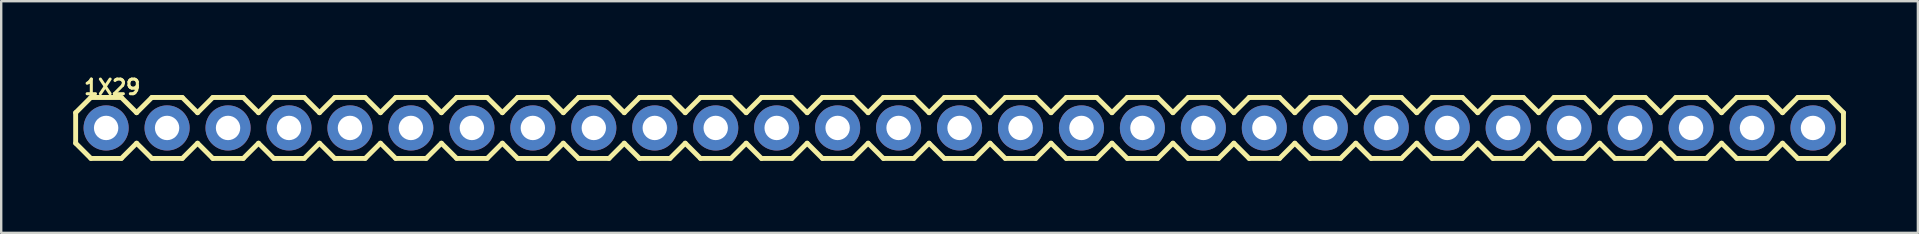
<source format=kicad_pcb>
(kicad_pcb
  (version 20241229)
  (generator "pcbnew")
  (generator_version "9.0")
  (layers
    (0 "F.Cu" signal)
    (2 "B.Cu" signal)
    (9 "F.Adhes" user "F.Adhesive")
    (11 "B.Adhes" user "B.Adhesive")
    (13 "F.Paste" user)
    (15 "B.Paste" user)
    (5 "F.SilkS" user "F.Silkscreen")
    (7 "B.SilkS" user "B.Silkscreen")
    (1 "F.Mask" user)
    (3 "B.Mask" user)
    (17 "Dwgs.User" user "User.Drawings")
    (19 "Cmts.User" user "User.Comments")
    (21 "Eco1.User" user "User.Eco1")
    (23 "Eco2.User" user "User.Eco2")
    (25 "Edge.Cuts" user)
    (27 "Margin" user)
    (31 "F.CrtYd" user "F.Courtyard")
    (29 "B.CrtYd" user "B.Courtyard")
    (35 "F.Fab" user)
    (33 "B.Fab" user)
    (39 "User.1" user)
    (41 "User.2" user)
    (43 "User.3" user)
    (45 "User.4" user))
  (footprint "1X29"
    (layer "F.Cu")
    (at 1.372 2.281)
    (property "Reference" "1X29" (at 0.254 -1.702 0) (layer "F.SilkS") (effects (font (size 0.61 0.61) (thickness 0.127))))
    (attr exclude_from_pos_files exclude_from_bom)
    (fp_line (start -1.27 -0.635) (end -1.27 0.635) (stroke (width 0.203) (type solid)) (layer "F.SilkS"))
    (fp_line (start -1.27 0.635) (end -0.635 1.27) (stroke (width 0.203) (type solid)) (layer "F.SilkS"))
    (fp_line (start -0.635 -1.27) (end -1.27 -0.635) (stroke (width 0.203) (type solid)) (layer "F.SilkS"))
    (fp_line (start -0.635 -1.27) (end 0.635 -1.27) (stroke (width 0.203) (type solid)) (layer "F.SilkS"))
    (fp_line (start 0.635 -1.27) (end 1.27 -0.635) (stroke (width 0.203) (type solid)) (layer "F.SilkS"))
    (fp_line (start 0.635 1.27) (end -0.635 1.27) (stroke (width 0.203) (type solid)) (layer "F.SilkS"))
    (fp_line (start 1.27 -0.635) (end 1.905 -1.27) (stroke (width 0.203) (type solid)) (layer "F.SilkS"))
    (fp_line (start 1.27 0.635) (end 0.635 1.27) (stroke (width 0.203) (type solid)) (layer "F.SilkS"))
    (fp_line (start 1.905 -1.27) (end 3.175 -1.27) (stroke (width 0.203) (type solid)) (layer "F.SilkS"))
    (fp_line (start 1.905 1.27) (end 1.27 0.635) (stroke (width 0.203) (type solid)) (layer "F.SilkS"))
    (fp_line (start 3.175 -1.27) (end 3.81 -0.635) (stroke (width 0.203) (type solid)) (layer "F.SilkS"))
    (fp_line (start 3.175 1.27) (end 1.905 1.27) (stroke (width 0.203) (type solid)) (layer "F.SilkS"))
    (fp_line (start 3.81 -0.635) (end 4.445 -1.27) (stroke (width 0.203) (type solid)) (layer "F.SilkS"))
    (fp_line (start 3.81 0.635) (end 3.175 1.27) (stroke (width 0.203) (type solid)) (layer "F.SilkS"))
    (fp_line (start 4.445 -1.27) (end 5.715 -1.27) (stroke (width 0.203) (type solid)) (layer "F.SilkS"))
    (fp_line (start 4.445 1.27) (end 3.81 0.635) (stroke (width 0.203) (type solid)) (layer "F.SilkS"))
    (fp_line (start 5.715 -1.27) (end 6.35 -0.635) (stroke (width 0.203) (type solid)) (layer "F.SilkS"))
    (fp_line (start 5.715 1.27) (end 4.445 1.27) (stroke (width 0.203) (type solid)) (layer "F.SilkS"))
    (fp_line (start 6.35 0.635) (end 5.715 1.27) (stroke (width 0.203) (type solid)) (layer "F.SilkS"))
    (fp_line (start 6.35 0.635) (end 6.985 1.27) (stroke (width 0.203) (type solid)) (layer "F.SilkS"))
    (fp_line (start 6.985 -1.27) (end 6.35 -0.635) (stroke (width 0.203) (type solid)) (layer "F.SilkS"))
    (fp_line (start 6.985 -1.27) (end 8.255 -1.27) (stroke (width 0.203) (type solid)) (layer "F.SilkS"))
    (fp_line (start 8.255 -1.27) (end 8.89 -0.635) (stroke (width 0.203) (type solid)) (layer "F.SilkS"))
    (fp_line (start 8.255 1.27) (end 6.985 1.27) (stroke (width 0.203) (type solid)) (layer "F.SilkS"))
    (fp_line (start 8.89 -0.635) (end 9.525 -1.27) (stroke (width 0.203) (type solid)) (layer "F.SilkS"))
    (fp_line (start 8.89 0.635) (end 8.255 1.27) (stroke (width 0.203) (type solid)) (layer "F.SilkS"))
    (fp_line (start 9.525 -1.27) (end 10.795 -1.27) (stroke (width 0.203) (type solid)) (layer "F.SilkS"))
    (fp_line (start 9.525 1.27) (end 8.89 0.635) (stroke (width 0.203) (type solid)) (layer "F.SilkS"))
    (fp_line (start 10.795 -1.27) (end 11.43 -0.635) (stroke (width 0.203) (type solid)) (layer "F.SilkS"))
    (fp_line (start 10.795 1.27) (end 9.525 1.27) (stroke (width 0.203) (type solid)) (layer "F.SilkS"))
    (fp_line (start 11.43 -0.635) (end 12.065 -1.27) (stroke (width 0.203) (type solid)) (layer "F.SilkS"))
    (fp_line (start 11.43 0.635) (end 10.795 1.27) (stroke (width 0.203) (type solid)) (layer "F.SilkS"))
    (fp_line (start 12.065 -1.27) (end 13.335 -1.27) (stroke (width 0.203) (type solid)) (layer "F.SilkS"))
    (fp_line (start 12.065 1.27) (end 11.43 0.635) (stroke (width 0.203) (type solid)) (layer "F.SilkS"))
    (fp_line (start 13.335 -1.27) (end 13.97 -0.635) (stroke (width 0.203) (type solid)) (layer "F.SilkS"))
    (fp_line (start 13.335 1.27) (end 12.065 1.27) (stroke (width 0.203) (type solid)) (layer "F.SilkS"))
    (fp_line (start 13.97 0.635) (end 13.335 1.27) (stroke (width 0.203) (type solid)) (layer "F.SilkS"))
    (fp_line (start 13.97 0.635) (end 14.605 1.27) (stroke (width 0.203) (type solid)) (layer "F.SilkS"))
    (fp_line (start 14.605 -1.27) (end 13.97 -0.635) (stroke (width 0.203) (type solid)) (layer "F.SilkS"))
    (fp_line (start 14.605 -1.27) (end 15.875 -1.27) (stroke (width 0.203) (type solid)) (layer "F.SilkS"))
    (fp_line (start 15.875 -1.27) (end 16.51 -0.635) (stroke (width 0.203) (type solid)) (layer "F.SilkS"))
    (fp_line (start 15.875 1.27) (end 14.605 1.27) (stroke (width 0.203) (type solid)) (layer "F.SilkS"))
    (fp_line (start 16.51 0.635) (end 15.875 1.27) (stroke (width 0.203) (type solid)) (layer "F.SilkS"))
    (fp_line (start 16.51 0.635) (end 17.145 1.27) (stroke (width 0.203) (type solid)) (layer "F.SilkS"))
    (fp_line (start 17.145 -1.27) (end 16.51 -0.635) (stroke (width 0.203) (type solid)) (layer "F.SilkS"))
    (fp_line (start 17.145 -1.27) (end 18.415 -1.27) (stroke (width 0.203) (type solid)) (layer "F.SilkS"))
    (fp_line (start 18.415 -1.27) (end 19.05 -0.635) (stroke (width 0.203) (type solid)) (layer "F.SilkS"))
    (fp_line (start 18.415 1.27) (end 17.145 1.27) (stroke (width 0.203) (type solid)) (layer "F.SilkS"))
    (fp_line (start 19.05 -0.635) (end 19.685 -1.27) (stroke (width 0.203) (type solid)) (layer "F.SilkS"))
    (fp_line (start 19.05 0.635) (end 18.415 1.27) (stroke (width 0.203) (type solid)) (layer "F.SilkS"))
    (fp_line (start 19.685 -1.27) (end 20.955 -1.27) (stroke (width 0.203) (type solid)) (layer "F.SilkS"))
    (fp_line (start 19.685 1.27) (end 19.05 0.635) (stroke (width 0.203) (type solid)) (layer "F.SilkS"))
    (fp_line (start 20.955 -1.27) (end 21.59 -0.635) (stroke (width 0.203) (type solid)) (layer "F.SilkS"))
    (fp_line (start 20.955 1.27) (end 19.685 1.27) (stroke (width 0.203) (type solid)) (layer "F.SilkS"))
    (fp_line (start 21.59 -0.635) (end 22.225 -1.27) (stroke (width 0.203) (type solid)) (layer "F.SilkS"))
    (fp_line (start 21.59 0.635) (end 20.955 1.27) (stroke (width 0.203) (type solid)) (layer "F.SilkS"))
    (fp_line (start 22.225 -1.27) (end 23.495 -1.27) (stroke (width 0.203) (type solid)) (layer "F.SilkS"))
    (fp_line (start 22.225 1.27) (end 21.59 0.635) (stroke (width 0.203) (type solid)) (layer "F.SilkS"))
    (fp_line (start 23.495 -1.27) (end 24.13 -0.635) (stroke (width 0.203) (type solid)) (layer "F.SilkS"))
    (fp_line (start 23.495 1.27) (end 22.225 1.27) (stroke (width 0.203) (type solid)) (layer "F.SilkS"))
    (fp_line (start 24.13 0.635) (end 23.495 1.27) (stroke (width 0.203) (type solid)) (layer "F.SilkS"))
    (fp_line (start 24.13 0.635) (end 24.765 1.27) (stroke (width 0.203) (type solid)) (layer "F.SilkS"))
    (fp_line (start 24.765 -1.27) (end 24.13 -0.635) (stroke (width 0.203) (type solid)) (layer "F.SilkS"))
    (fp_line (start 24.765 -1.27) (end 26.035 -1.27) (stroke (width 0.203) (type solid)) (layer "F.SilkS"))
    (fp_line (start 26.035 -1.27) (end 26.67 -0.635) (stroke (width 0.203) (type solid)) (layer "F.SilkS"))
    (fp_line (start 26.035 1.27) (end 24.765 1.27) (stroke (width 0.203) (type solid)) (layer "F.SilkS"))
    (fp_line (start 26.67 -0.635) (end 27.305 -1.27) (stroke (width 0.203) (type solid)) (layer "F.SilkS"))
    (fp_line (start 26.67 0.635) (end 26.035 1.27) (stroke (width 0.203) (type solid)) (layer "F.SilkS"))
    (fp_line (start 27.305 -1.27) (end 28.575 -1.27) (stroke (width 0.203) (type solid)) (layer "F.SilkS"))
    (fp_line (start 27.305 1.27) (end 26.67 0.635) (stroke (width 0.203) (type solid)) (layer "F.SilkS"))
    (fp_line (start 28.575 -1.27) (end 29.21 -0.635) (stroke (width 0.203) (type solid)) (layer "F.SilkS"))
    (fp_line (start 28.575 1.27) (end 27.305 1.27) (stroke (width 0.203) (type solid)) (layer "F.SilkS"))
    (fp_line (start 29.21 -0.635) (end 29.845 -1.27) (stroke (width 0.203) (type solid)) (layer "F.SilkS"))
    (fp_line (start 29.21 0.635) (end 28.575 1.27) (stroke (width 0.203) (type solid)) (layer "F.SilkS"))
    (fp_line (start 29.845 -1.27) (end 31.115 -1.27) (stroke (width 0.203) (type solid)) (layer "F.SilkS"))
    (fp_line (start 29.845 1.27) (end 29.21 0.635) (stroke (width 0.203) (type solid)) (layer "F.SilkS"))
    (fp_line (start 31.115 -1.27) (end 31.75 -0.635) (stroke (width 0.203) (type solid)) (layer "F.SilkS"))
    (fp_line (start 31.115 1.27) (end 29.845 1.27) (stroke (width 0.203) (type solid)) (layer "F.SilkS"))
    (fp_line (start 31.75 0.635) (end 31.115 1.27) (stroke (width 0.203) (type solid)) (layer "F.SilkS"))
    (fp_line (start 31.75 0.635) (end 32.385 1.27) (stroke (width 0.203) (type solid)) (layer "F.SilkS"))
    (fp_line (start 32.385 -1.27) (end 31.75 -0.635) (stroke (width 0.203) (type solid)) (layer "F.SilkS"))
    (fp_line (start 32.385 -1.27) (end 33.655 -1.27) (stroke (width 0.203) (type solid)) (layer "F.SilkS"))
    (fp_line (start 33.655 -1.27) (end 34.29 -0.635) (stroke (width 0.203) (type solid)) (layer "F.SilkS"))
    (fp_line (start 33.655 1.27) (end 32.385 1.27) (stroke (width 0.203) (type solid)) (layer "F.SilkS"))
    (fp_line (start 34.29 0.635) (end 33.655 1.27) (stroke (width 0.203) (type solid)) (layer "F.SilkS"))
    (fp_line (start 34.29 0.635) (end 34.925 1.27) (stroke (width 0.203) (type solid)) (layer "F.SilkS"))
    (fp_line (start 34.925 -1.27) (end 34.29 -0.635) (stroke (width 0.203) (type solid)) (layer "F.SilkS"))
    (fp_line (start 34.925 -1.27) (end 36.195 -1.27) (stroke (width 0.203) (type solid)) (layer "F.SilkS"))
    (fp_line (start 36.195 -1.27) (end 36.83 -0.635) (stroke (width 0.203) (type solid)) (layer "F.SilkS"))
    (fp_line (start 36.195 1.27) (end 34.925 1.27) (stroke (width 0.203) (type solid)) (layer "F.SilkS"))
    (fp_line (start 36.83 0.635) (end 36.195 1.27) (stroke (width 0.203) (type solid)) (layer "F.SilkS"))
    (fp_line (start 36.83 0.635) (end 37.465 1.27) (stroke (width 0.203) (type solid)) (layer "F.SilkS"))
    (fp_line (start 37.465 -1.27) (end 36.83 -0.635) (stroke (width 0.203) (type solid)) (layer "F.SilkS"))
    (fp_line (start 37.465 -1.27) (end 38.735 -1.27) (stroke (width 0.203) (type solid)) (layer "F.SilkS"))
    (fp_line (start 38.735 -1.27) (end 39.37 -0.635) (stroke (width 0.203) (type solid)) (layer "F.SilkS"))
    (fp_line (start 38.735 1.27) (end 37.465 1.27) (stroke (width 0.203) (type solid)) (layer "F.SilkS"))
    (fp_line (start 39.37 0.635) (end 38.735 1.27) (stroke (width 0.203) (type solid)) (layer "F.SilkS"))
    (fp_line (start 39.37 0.635) (end 40.005 1.27) (stroke (width 0.203) (type solid)) (layer "F.SilkS"))
    (fp_line (start 40.005 -1.27) (end 39.37 -0.635) (stroke (width 0.203) (type solid)) (layer "F.SilkS"))
    (fp_line (start 40.005 -1.27) (end 41.275 -1.27) (stroke (width 0.203) (type solid)) (layer "F.SilkS"))
    (fp_line (start 41.275 -1.27) (end 41.91 -0.635) (stroke (width 0.203) (type solid)) (layer "F.SilkS"))
    (fp_line (start 41.275 1.27) (end 40.005 1.27) (stroke (width 0.203) (type solid)) (layer "F.SilkS"))
    (fp_line (start 41.91 0.635) (end 41.275 1.27) (stroke (width 0.203) (type solid)) (layer "F.SilkS"))
    (fp_line (start 41.91 0.635) (end 42.545 1.27) (stroke (width 0.203) (type solid)) (layer "F.SilkS"))
    (fp_line (start 42.545 -1.27) (end 41.91 -0.635) (stroke (width 0.203) (type solid)) (layer "F.SilkS"))
    (fp_line (start 42.545 -1.27) (end 43.815 -1.27) (stroke (width 0.203) (type solid)) (layer "F.SilkS"))
    (fp_line (start 43.815 -1.27) (end 44.45 -0.635) (stroke (width 0.203) (type solid)) (layer "F.SilkS"))
    (fp_line (start 43.815 1.27) (end 42.545 1.27) (stroke (width 0.203) (type solid)) (layer "F.SilkS"))
    (fp_line (start 44.45 0.635) (end 43.815 1.27) (stroke (width 0.203) (type solid)) (layer "F.SilkS"))
    (fp_line (start 44.45 0.635) (end 45.085 1.27) (stroke (width 0.203) (type solid)) (layer "F.SilkS"))
    (fp_line (start 45.085 -1.27) (end 44.45 -0.635) (stroke (width 0.203) (type solid)) (layer "F.SilkS"))
    (fp_line (start 45.085 -1.27) (end 46.355 -1.27) (stroke (width 0.203) (type solid)) (layer "F.SilkS"))
    (fp_line (start 46.355 -1.27) (end 46.99 -0.635) (stroke (width 0.203) (type solid)) (layer "F.SilkS"))
    (fp_line (start 46.355 1.27) (end 45.085 1.27) (stroke (width 0.203) (type solid)) (layer "F.SilkS"))
    (fp_line (start 46.99 0.635) (end 46.355 1.27) (stroke (width 0.203) (type solid)) (layer "F.SilkS"))
    (fp_line (start 46.99 0.635) (end 47.625 1.27) (stroke (width 0.203) (type solid)) (layer "F.SilkS"))
    (fp_line (start 47.625 -1.27) (end 46.99 -0.635) (stroke (width 0.203) (type solid)) (layer "F.SilkS"))
    (fp_line (start 47.625 -1.27) (end 48.895 -1.27) (stroke (width 0.203) (type solid)) (layer "F.SilkS"))
    (fp_line (start 48.895 -1.27) (end 49.53 -0.635) (stroke (width 0.203) (type solid)) (layer "F.SilkS"))
    (fp_line (start 48.895 1.27) (end 47.625 1.27) (stroke (width 0.203) (type solid)) (layer "F.SilkS"))
    (fp_line (start 49.53 0.635) (end 48.895 1.27) (stroke (width 0.203) (type solid)) (layer "F.SilkS"))
    (fp_line (start 49.53 0.635) (end 50.165 1.27) (stroke (width 0.203) (type solid)) (layer "F.SilkS"))
    (fp_line (start 50.165 -1.27) (end 49.53 -0.635) (stroke (width 0.203) (type solid)) (layer "F.SilkS"))
    (fp_line (start 50.165 -1.27) (end 51.435 -1.27) (stroke (width 0.203) (type solid)) (layer "F.SilkS"))
    (fp_line (start 51.435 -1.27) (end 52.07 -0.635) (stroke (width 0.203) (type solid)) (layer "F.SilkS"))
    (fp_line (start 51.435 1.27) (end 50.165 1.27) (stroke (width 0.203) (type solid)) (layer "F.SilkS"))
    (fp_line (start 52.07 0.635) (end 51.435 1.27) (stroke (width 0.203) (type solid)) (layer "F.SilkS"))
    (fp_line (start 52.07 0.635) (end 52.705 1.27) (stroke (width 0.203) (type solid)) (layer "F.SilkS"))
    (fp_line (start 52.705 -1.27) (end 52.07 -0.635) (stroke (width 0.203) (type solid)) (layer "F.SilkS"))
    (fp_line (start 52.705 -1.27) (end 53.975 -1.27) (stroke (width 0.203) (type solid)) (layer "F.SilkS"))
    (fp_line (start 53.975 -1.27) (end 54.61 -0.635) (stroke (width 0.203) (type solid)) (layer "F.SilkS"))
    (fp_line (start 53.975 1.27) (end 52.705 1.27) (stroke (width 0.203) (type solid)) (layer "F.SilkS"))
    (fp_line (start 54.61 0.635) (end 53.975 1.27) (stroke (width 0.203) (type solid)) (layer "F.SilkS"))
    (fp_line (start 54.61 0.635) (end 55.245 1.27) (stroke (width 0.203) (type solid)) (layer "F.SilkS"))
    (fp_line (start 55.245 -1.27) (end 54.61 -0.635) (stroke (width 0.203) (type solid)) (layer "F.SilkS"))
    (fp_line (start 55.245 -1.27) (end 56.515 -1.27) (stroke (width 0.203) (type solid)) (layer "F.SilkS"))
    (fp_line (start 56.515 -1.27) (end 57.15 -0.635) (stroke (width 0.203) (type solid)) (layer "F.SilkS"))
    (fp_line (start 56.515 1.27) (end 55.245 1.27) (stroke (width 0.203) (type solid)) (layer "F.SilkS"))
    (fp_line (start 57.15 -0.635) (end 57.785 -1.27) (stroke (width 0.203) (type solid)) (layer "F.SilkS"))
    (fp_line (start 57.15 0.635) (end 56.515 1.27) (stroke (width 0.203) (type solid)) (layer "F.SilkS"))
    (fp_line (start 57.15 0.635) (end 57.785 1.27) (stroke (width 0.203) (type solid)) (layer "F.SilkS"))
    (fp_line (start 57.785 -1.27) (end 59.055 -1.27) (stroke (width 0.203) (type solid)) (layer "F.SilkS"))
    (fp_line (start 59.055 -1.27) (end 59.69 -0.635) (stroke (width 0.203) (type solid)) (layer "F.SilkS"))
    (fp_line (start 59.055 1.27) (end 57.785 1.27) (stroke (width 0.203) (type solid)) (layer "F.SilkS"))
    (fp_line (start 59.69 0.635) (end 59.055 1.27) (stroke (width 0.203) (type solid)) (layer "F.SilkS"))
    (fp_line (start 59.69 0.635) (end 60.325 1.27) (stroke (width 0.203) (type solid)) (layer "F.SilkS"))
    (fp_line (start 60.325 -1.27) (end 59.69 -0.635) (stroke (width 0.203) (type solid)) (layer "F.SilkS"))
    (fp_line (start 60.325 -1.27) (end 61.595 -1.27) (stroke (width 0.203) (type solid)) (layer "F.SilkS"))
    (fp_line (start 61.595 -1.27) (end 62.23 -0.635) (stroke (width 0.203) (type solid)) (layer "F.SilkS"))
    (fp_line (start 61.595 1.27) (end 60.325 1.27) (stroke (width 0.203) (type solid)) (layer "F.SilkS"))
    (fp_line (start 62.23 -0.635) (end 62.865 -1.27) (stroke (width 0.203) (type solid)) (layer "F.SilkS"))
    (fp_line (start 62.23 0.635) (end 61.595 1.27) (stroke (width 0.203) (type solid)) (layer "F.SilkS"))
    (fp_line (start 62.23 0.635) (end 62.865 1.27) (stroke (width 0.203) (type solid)) (layer "F.SilkS"))
    (fp_line (start 62.865 -1.27) (end 64.135 -1.27) (stroke (width 0.203) (type solid)) (layer "F.SilkS"))
    (fp_line (start 64.135 -1.27) (end 64.77 -0.635) (stroke (width 0.203) (type solid)) (layer "F.SilkS"))
    (fp_line (start 64.135 1.27) (end 62.865 1.27) (stroke (width 0.203) (type solid)) (layer "F.SilkS"))
    (fp_line (start 64.77 0.635) (end 64.135 1.27) (stroke (width 0.203) (type solid)) (layer "F.SilkS"))
    (fp_line (start 64.77 0.635) (end 65.405 1.27) (stroke (width 0.203) (type solid)) (layer "F.SilkS"))
    (fp_line (start 65.405 -1.27) (end 64.77 -0.635) (stroke (width 0.203) (type solid)) (layer "F.SilkS"))
    (fp_line (start 65.405 -1.27) (end 66.675 -1.27) (stroke (width 0.203) (type solid)) (layer "F.SilkS"))
    (fp_line (start 66.675 -1.27) (end 67.31 -0.635) (stroke (width 0.203) (type solid)) (layer "F.SilkS"))
    (fp_line (start 66.675 1.27) (end 65.405 1.27) (stroke (width 0.203) (type solid)) (layer "F.SilkS"))
    (fp_line (start 67.31 -0.635) (end 67.945 -1.27) (stroke (width 0.203) (type solid)) (layer "F.SilkS"))
    (fp_line (start 67.31 0.635) (end 66.675 1.27) (stroke (width 0.203) (type solid)) (layer "F.SilkS"))
    (fp_line (start 67.31 0.635) (end 67.945 1.27) (stroke (width 0.203) (type solid)) (layer "F.SilkS"))
    (fp_line (start 67.945 -1.27) (end 69.215 -1.27) (stroke (width 0.203) (type solid)) (layer "F.SilkS"))
    (fp_line (start 69.215 -1.27) (end 69.85 -0.635) (stroke (width 0.203) (type solid)) (layer "F.SilkS"))
    (fp_line (start 69.215 1.27) (end 67.945 1.27) (stroke (width 0.203) (type solid)) (layer "F.SilkS"))
    (fp_line (start 69.85 0.635) (end 69.215 1.27) (stroke (width 0.203) (type solid)) (layer "F.SilkS"))
    (fp_line (start 69.85 0.635) (end 70.485 1.27) (stroke (width 0.203) (type solid)) (layer "F.SilkS"))
    (fp_line (start 70.485 -1.27) (end 69.85 -0.635) (stroke (width 0.203) (type solid)) (layer "F.SilkS"))
    (fp_line (start 70.485 -1.27) (end 71.755 -1.27) (stroke (width 0.203) (type solid)) (layer "F.SilkS"))
    (fp_line (start 71.755 -1.27) (end 72.39 -0.635) (stroke (width 0.203) (type solid)) (layer "F.SilkS"))
    (fp_line (start 71.755 1.27) (end 70.485 1.27) (stroke (width 0.203) (type solid)) (layer "F.SilkS"))
    (fp_line (start 72.39 -0.635) (end 72.39 0.635) (stroke (width 0.203) (type solid)) (layer "F.SilkS"))
    (fp_line (start 72.39 0.635) (end 71.755 1.27) (stroke (width 0.203) (type solid)) (layer "F.SilkS"))
    (fp_line (start -0.254 -0.254) (end 0.254 -0.254) (stroke (width 0.066) (type solid)) (layer "Dwgs.User"))
    (fp_line (start -0.254 0.254) (end -0.254 -0.254) (stroke (width 0.066) (type solid)) (layer "Dwgs.User"))
    (fp_line (start -0.254 0.254) (end 0.254 0.254) (stroke (width 0.066) (type solid)) (layer "Dwgs.User"))
    (fp_line (start 0.254 0.254) (end 0.254 -0.254) (stroke (width 0.066) (type solid)) (layer "Dwgs.User"))
    (fp_line (start 2.286 -0.254) (end 2.794 -0.254) (stroke (width 0.066) (type solid)) (layer "Dwgs.User"))
    (fp_line (start 2.286 0.254) (end 2.286 -0.254) (stroke (width 0.066) (type solid)) (layer "Dwgs.User"))
    (fp_line (start 2.286 0.254) (end 2.794 0.254) (stroke (width 0.066) (type solid)) (layer "Dwgs.User"))
    (fp_line (start 2.794 0.254) (end 2.794 -0.254) (stroke (width 0.066) (type solid)) (layer "Dwgs.User"))
    (fp_line (start 4.826 -0.254) (end 5.334 -0.254) (stroke (width 0.066) (type solid)) (layer "Dwgs.User"))
    (fp_line (start 4.826 0.254) (end 4.826 -0.254) (stroke (width 0.066) (type solid)) (layer "Dwgs.User"))
    (fp_line (start 4.826 0.254) (end 5.334 0.254) (stroke (width 0.066) (type solid)) (layer "Dwgs.User"))
    (fp_line (start 5.334 0.254) (end 5.334 -0.254) (stroke (width 0.066) (type solid)) (layer "Dwgs.User"))
    (fp_line (start 7.366 -0.254) (end 7.874 -0.254) (stroke (width 0.066) (type solid)) (layer "Dwgs.User"))
    (fp_line (start 7.366 0.254) (end 7.366 -0.254) (stroke (width 0.066) (type solid)) (layer "Dwgs.User"))
    (fp_line (start 7.366 0.254) (end 7.874 0.254) (stroke (width 0.066) (type solid)) (layer "Dwgs.User"))
    (fp_line (start 7.874 0.254) (end 7.874 -0.254) (stroke (width 0.066) (type solid)) (layer "Dwgs.User"))
    (fp_line (start 9.906 -0.254) (end 10.414 -0.254) (stroke (width 0.066) (type solid)) (layer "Dwgs.User"))
    (fp_line (start 9.906 0.254) (end 9.906 -0.254) (stroke (width 0.066) (type solid)) (layer "Dwgs.User"))
    (fp_line (start 9.906 0.254) (end 10.414 0.254) (stroke (width 0.066) (type solid)) (layer "Dwgs.User"))
    (fp_line (start 10.414 0.254) (end 10.414 -0.254) (stroke (width 0.066) (type solid)) (layer "Dwgs.User"))
    (fp_line (start 12.446 -0.254) (end 12.954 -0.254) (stroke (width 0.066) (type solid)) (layer "Dwgs.User"))
    (fp_line (start 12.446 0.254) (end 12.446 -0.254) (stroke (width 0.066) (type solid)) (layer "Dwgs.User"))
    (fp_line (start 12.446 0.254) (end 12.954 0.254) (stroke (width 0.066) (type solid)) (layer "Dwgs.User"))
    (fp_line (start 12.954 0.254) (end 12.954 -0.254) (stroke (width 0.066) (type solid)) (layer "Dwgs.User"))
    (fp_line (start 14.986 -0.254) (end 15.494 -0.254) (stroke (width 0.066) (type solid)) (layer "Dwgs.User"))
    (fp_line (start 14.986 0.254) (end 14.986 -0.254) (stroke (width 0.066) (type solid)) (layer "Dwgs.User"))
    (fp_line (start 14.986 0.254) (end 15.494 0.254) (stroke (width 0.066) (type solid)) (layer "Dwgs.User"))
    (fp_line (start 15.494 0.254) (end 15.494 -0.254) (stroke (width 0.066) (type solid)) (layer "Dwgs.User"))
    (fp_line (start 17.523 -0.254) (end 18.034 -0.254) (stroke (width 0.066) (type solid)) (layer "Dwgs.User"))
    (fp_line (start 17.523 0.254) (end 17.523 -0.254) (stroke (width 0.066) (type solid)) (layer "Dwgs.User"))
    (fp_line (start 17.523 0.254) (end 18.034 0.254) (stroke (width 0.066) (type solid)) (layer "Dwgs.User"))
    (fp_line (start 18.034 0.254) (end 18.034 -0.254) (stroke (width 0.066) (type solid)) (layer "Dwgs.User"))
    (fp_line (start 20.066 -0.254) (end 20.574 -0.254) (stroke (width 0.066) (type solid)) (layer "Dwgs.User"))
    (fp_line (start 20.066 0.254) (end 20.066 -0.254) (stroke (width 0.066) (type solid)) (layer "Dwgs.User"))
    (fp_line (start 20.066 0.254) (end 20.574 0.254) (stroke (width 0.066) (type solid)) (layer "Dwgs.User"))
    (fp_line (start 20.574 0.254) (end 20.574 -0.254) (stroke (width 0.066) (type solid)) (layer "Dwgs.User"))
    (fp_line (start 22.606 -0.254) (end 23.114 -0.254) (stroke (width 0.066) (type solid)) (layer "Dwgs.User"))
    (fp_line (start 22.606 0.254) (end 22.606 -0.254) (stroke (width 0.066) (type solid)) (layer "Dwgs.User"))
    (fp_line (start 22.606 0.254) (end 23.114 0.254) (stroke (width 0.066) (type solid)) (layer "Dwgs.User"))
    (fp_line (start 23.114 0.254) (end 23.114 -0.254) (stroke (width 0.066) (type solid)) (layer "Dwgs.User"))
    (fp_line (start 25.146 -0.254) (end 25.654 -0.254) (stroke (width 0.066) (type solid)) (layer "Dwgs.User"))
    (fp_line (start 25.146 0.254) (end 25.146 -0.254) (stroke (width 0.066) (type solid)) (layer "Dwgs.User"))
    (fp_line (start 25.146 0.254) (end 25.654 0.254) (stroke (width 0.066) (type solid)) (layer "Dwgs.User"))
    (fp_line (start 25.654 0.254) (end 25.654 -0.254) (stroke (width 0.066) (type solid)) (layer "Dwgs.User"))
    (fp_line (start 27.686 -0.254) (end 28.194 -0.254) (stroke (width 0.066) (type solid)) (layer "Dwgs.User"))
    (fp_line (start 27.686 0.254) (end 27.686 -0.254) (stroke (width 0.066) (type solid)) (layer "Dwgs.User"))
    (fp_line (start 27.686 0.254) (end 28.194 0.254) (stroke (width 0.066) (type solid)) (layer "Dwgs.User"))
    (fp_line (start 28.194 0.254) (end 28.194 -0.254) (stroke (width 0.066) (type solid)) (layer "Dwgs.User"))
    (fp_line (start 30.226 -0.254) (end 30.734 -0.254) (stroke (width 0.066) (type solid)) (layer "Dwgs.User"))
    (fp_line (start 30.226 0.254) (end 30.226 -0.254) (stroke (width 0.066) (type solid)) (layer "Dwgs.User"))
    (fp_line (start 30.226 0.254) (end 30.734 0.254) (stroke (width 0.066) (type solid)) (layer "Dwgs.User"))
    (fp_line (start 30.734 0.254) (end 30.734 -0.254) (stroke (width 0.066) (type solid)) (layer "Dwgs.User"))
    (fp_line (start 32.766 -0.254) (end 33.274 -0.254) (stroke (width 0.066) (type solid)) (layer "Dwgs.User"))
    (fp_line (start 32.766 0.254) (end 32.766 -0.254) (stroke (width 0.066) (type solid)) (layer "Dwgs.User"))
    (fp_line (start 32.766 0.254) (end 33.274 0.254) (stroke (width 0.066) (type solid)) (layer "Dwgs.User"))
    (fp_line (start 33.274 0.254) (end 33.274 -0.254) (stroke (width 0.066) (type solid)) (layer "Dwgs.User"))
    (fp_line (start 35.303 -0.254) (end 35.814 -0.254) (stroke (width 0.066) (type solid)) (layer "Dwgs.User"))
    (fp_line (start 35.303 0.254) (end 35.303 -0.254) (stroke (width 0.066) (type solid)) (layer "Dwgs.User"))
    (fp_line (start 35.303 0.254) (end 35.814 0.254) (stroke (width 0.066) (type solid)) (layer "Dwgs.User"))
    (fp_line (start 35.814 0.254) (end 35.814 -0.254) (stroke (width 0.066) (type solid)) (layer "Dwgs.User"))
    (fp_line (start 37.846 -0.254) (end 38.354 -0.254) (stroke (width 0.066) (type solid)) (layer "Dwgs.User"))
    (fp_line (start 37.846 0.254) (end 37.846 -0.254) (stroke (width 0.066) (type solid)) (layer "Dwgs.User"))
    (fp_line (start 37.846 0.254) (end 38.354 0.254) (stroke (width 0.066) (type solid)) (layer "Dwgs.User"))
    (fp_line (start 38.354 0.254) (end 38.354 -0.254) (stroke (width 0.066) (type solid)) (layer "Dwgs.User"))
    (fp_line (start 40.386 -0.254) (end 40.894 -0.254) (stroke (width 0.066) (type solid)) (layer "Dwgs.User"))
    (fp_line (start 40.386 0.254) (end 40.386 -0.254) (stroke (width 0.066) (type solid)) (layer "Dwgs.User"))
    (fp_line (start 40.386 0.254) (end 40.894 0.254) (stroke (width 0.066) (type solid)) (layer "Dwgs.User"))
    (fp_line (start 40.894 0.254) (end 40.894 -0.254) (stroke (width 0.066) (type solid)) (layer "Dwgs.User"))
    (fp_line (start 42.926 -0.254) (end 43.434 -0.254) (stroke (width 0.066) (type solid)) (layer "Dwgs.User"))
    (fp_line (start 42.926 0.254) (end 42.926 -0.254) (stroke (width 0.066) (type solid)) (layer "Dwgs.User"))
    (fp_line (start 42.926 0.254) (end 43.434 0.254) (stroke (width 0.066) (type solid)) (layer "Dwgs.User"))
    (fp_line (start 43.434 0.254) (end 43.434 -0.254) (stroke (width 0.066) (type solid)) (layer "Dwgs.User"))
    (fp_line (start 45.466 -0.254) (end 45.974 -0.254) (stroke (width 0.066) (type solid)) (layer "Dwgs.User"))
    (fp_line (start 45.466 0.254) (end 45.466 -0.254) (stroke (width 0.066) (type solid)) (layer "Dwgs.User"))
    (fp_line (start 45.466 0.254) (end 45.974 0.254) (stroke (width 0.066) (type solid)) (layer "Dwgs.User"))
    (fp_line (start 45.974 0.254) (end 45.974 -0.254) (stroke (width 0.066) (type solid)) (layer "Dwgs.User"))
    (fp_line (start 48.006 -0.254) (end 48.514 -0.254) (stroke (width 0.066) (type solid)) (layer "Dwgs.User"))
    (fp_line (start 48.006 0.254) (end 48.006 -0.254) (stroke (width 0.066) (type solid)) (layer "Dwgs.User"))
    (fp_line (start 48.006 0.254) (end 48.514 0.254) (stroke (width 0.066) (type solid)) (layer "Dwgs.User"))
    (fp_line (start 48.514 0.254) (end 48.514 -0.254) (stroke (width 0.066) (type solid)) (layer "Dwgs.User"))
    (fp_line (start 50.546 -0.254) (end 51.051 -0.254) (stroke (width 0.066) (type solid)) (layer "Dwgs.User"))
    (fp_line (start 50.546 0.254) (end 50.546 -0.254) (stroke (width 0.066) (type solid)) (layer "Dwgs.User"))
    (fp_line (start 50.546 0.254) (end 51.051 0.254) (stroke (width 0.066) (type solid)) (layer "Dwgs.User"))
    (fp_line (start 51.051 0.254) (end 51.051 -0.254) (stroke (width 0.066) (type solid)) (layer "Dwgs.User"))
    (fp_line (start 53.086 -0.254) (end 53.594 -0.254) (stroke (width 0.066) (type solid)) (layer "Dwgs.User"))
    (fp_line (start 53.086 0.254) (end 53.086 -0.254) (stroke (width 0.066) (type solid)) (layer "Dwgs.User"))
    (fp_line (start 53.086 0.254) (end 53.594 0.254) (stroke (width 0.066) (type solid)) (layer "Dwgs.User"))
    (fp_line (start 53.594 0.254) (end 53.594 -0.254) (stroke (width 0.066) (type solid)) (layer "Dwgs.User"))
    (fp_line (start 55.626 -0.254) (end 56.134 -0.254) (stroke (width 0.066) (type solid)) (layer "Dwgs.User"))
    (fp_line (start 55.626 0.254) (end 55.626 -0.254) (stroke (width 0.066) (type solid)) (layer "Dwgs.User"))
    (fp_line (start 55.626 0.254) (end 56.134 0.254) (stroke (width 0.066) (type solid)) (layer "Dwgs.User"))
    (fp_line (start 56.134 0.254) (end 56.134 -0.254) (stroke (width 0.066) (type solid)) (layer "Dwgs.User"))
    (fp_line (start 58.166 -0.254) (end 58.674 -0.254) (stroke (width 0.066) (type solid)) (layer "Dwgs.User"))
    (fp_line (start 58.166 0.254) (end 58.166 -0.254) (stroke (width 0.066) (type solid)) (layer "Dwgs.User"))
    (fp_line (start 58.166 0.254) (end 58.674 0.254) (stroke (width 0.066) (type solid)) (layer "Dwgs.User"))
    (fp_line (start 58.674 0.254) (end 58.674 -0.254) (stroke (width 0.066) (type solid)) (layer "Dwgs.User"))
    (fp_line (start 60.706 -0.254) (end 61.214 -0.254) (stroke (width 0.066) (type solid)) (layer "Dwgs.User"))
    (fp_line (start 60.706 0.254) (end 60.706 -0.254) (stroke (width 0.066) (type solid)) (layer "Dwgs.User"))
    (fp_line (start 60.706 0.254) (end 61.214 0.254) (stroke (width 0.066) (type solid)) (layer "Dwgs.User"))
    (fp_line (start 61.214 0.254) (end 61.214 -0.254) (stroke (width 0.066) (type solid)) (layer "Dwgs.User"))
    (fp_line (start 63.246 -0.254) (end 63.751 -0.254) (stroke (width 0.066) (type solid)) (layer "Dwgs.User"))
    (fp_line (start 63.246 0.254) (end 63.246 -0.254) (stroke (width 0.066) (type solid)) (layer "Dwgs.User"))
    (fp_line (start 63.246 0.254) (end 63.751 0.254) (stroke (width 0.066) (type solid)) (layer "Dwgs.User"))
    (fp_line (start 63.751 0.254) (end 63.751 -0.254) (stroke (width 0.066) (type solid)) (layer "Dwgs.User"))
    (fp_line (start 65.786 -0.254) (end 66.294 -0.254) (stroke (width 0.066) (type solid)) (layer "Dwgs.User"))
    (fp_line (start 65.786 0.254) (end 65.786 -0.254) (stroke (width 0.066) (type solid)) (layer "Dwgs.User"))
    (fp_line (start 65.786 0.254) (end 66.294 0.254) (stroke (width 0.066) (type solid)) (layer "Dwgs.User"))
    (fp_line (start 66.294 0.254) (end 66.294 -0.254) (stroke (width 0.066) (type solid)) (layer "Dwgs.User"))
    (fp_line (start 68.326 -0.254) (end 68.834 -0.254) (stroke (width 0.066) (type solid)) (layer "Dwgs.User"))
    (fp_line (start 68.326 0.254) (end 68.326 -0.254) (stroke (width 0.066) (type solid)) (layer "Dwgs.User"))
    (fp_line (start 68.326 0.254) (end 68.834 0.254) (stroke (width 0.066) (type solid)) (layer "Dwgs.User"))
    (fp_line (start 68.834 0.254) (end 68.834 -0.254) (stroke (width 0.066) (type solid)) (layer "Dwgs.User"))
    (fp_line (start 70.866 -0.254) (end 71.374 -0.254) (stroke (width 0.066) (type solid)) (layer "Dwgs.User"))
    (fp_line (start 70.866 0.254) (end 70.866 -0.254) (stroke (width 0.066) (type solid)) (layer "Dwgs.User"))
    (fp_line (start 70.866 0.254) (end 71.374 0.254) (stroke (width 0.066) (type solid)) (layer "Dwgs.User"))
    (fp_line (start 71.374 0.254) (end 71.374 -0.254) (stroke (width 0.066) (type solid)) (layer "Dwgs.User"))
    (pad "1" thru_hole circle (at 0 0) (size 1.88 1.88) (drill 1.016) (layers "*.Cu" "*.Paste" "*.Mask"))
    (pad "2" thru_hole circle (at 2.54 0) (size 1.88 1.88) (drill 1.016) (layers "*.Cu" "*.Paste" "*.Mask"))
    (pad "3" thru_hole circle (at 5.08 0) (size 1.88 1.88) (drill 1.016) (layers "*.Cu" "*.Paste" "*.Mask"))
    (pad "4" thru_hole circle (at 7.62 0) (size 1.88 1.88) (drill 1.016) (layers "*.Cu" "*.Paste" "*.Mask"))
    (pad "5" thru_hole circle (at 10.16 0) (size 1.88 1.88) (drill 1.016) (layers "*.Cu" "*.Paste" "*.Mask"))
    (pad "6" thru_hole circle (at 12.7 0) (size 1.88 1.88) (drill 1.016) (layers "*.Cu" "*.Paste" "*.Mask"))
    (pad "7" thru_hole circle (at 15.24 0) (size 1.88 1.88) (drill 1.016) (layers "*.Cu" "*.Paste" "*.Mask"))
    (pad "8" thru_hole circle (at 17.78 0) (size 1.88 1.88) (drill 1.016) (layers "*.Cu" "*.Paste" "*.Mask"))
    (pad "9" thru_hole circle (at 20.32 0) (size 1.88 1.88) (drill 1.016) (layers "*.Cu" "*.Paste" "*.Mask"))
    (pad "10" thru_hole circle (at 22.86 0) (size 1.88 1.88) (drill 1.016) (layers "*.Cu" "*.Paste" "*.Mask"))
    (pad "11" thru_hole circle (at 25.4 0) (size 1.88 1.88) (drill 1.016) (layers "*.Cu" "*.Paste" "*.Mask"))
    (pad "12" thru_hole circle (at 27.94 0) (size 1.88 1.88) (drill 1.016) (layers "*.Cu" "*.Paste" "*.Mask"))
    (pad "13" thru_hole circle (at 30.48 0) (size 1.88 1.88) (drill 1.016) (layers "*.Cu" "*.Paste" "*.Mask"))
    (pad "14" thru_hole circle (at 33.02 0) (size 1.88 1.88) (drill 1.016) (layers "*.Cu" "*.Paste" "*.Mask"))
    (pad "15" thru_hole circle (at 35.56 0) (size 1.88 1.88) (drill 1.016) (layers "*.Cu" "*.Paste" "*.Mask"))
    (pad "16" thru_hole circle (at 38.1 0) (size 1.88 1.88) (drill 1.016) (layers "*.Cu" "*.Paste" "*.Mask"))
    (pad "17" thru_hole circle (at 40.64 0) (size 1.88 1.88) (drill 1.016) (layers "*.Cu" "*.Paste" "*.Mask"))
    (pad "18" thru_hole circle (at 43.18 0) (size 1.88 1.88) (drill 1.016) (layers "*.Cu" "*.Paste" "*.Mask"))
    (pad "19" thru_hole circle (at 45.72 0) (size 1.88 1.88) (drill 1.016) (layers "*.Cu" "*.Paste" "*.Mask"))
    (pad "20" thru_hole circle (at 48.26 0) (size 1.88 1.88) (drill 1.016) (layers "*.Cu" "*.Paste" "*.Mask"))
    (pad "21" thru_hole circle (at 50.8 0) (size 1.88 1.88) (drill 1.016) (layers "*.Cu" "*.Paste" "*.Mask"))
    (pad "22" thru_hole circle (at 53.34 0) (size 1.88 1.88) (drill 1.016) (layers "*.Cu" "*.Paste" "*.Mask"))
    (pad "23" thru_hole circle (at 55.88 0) (size 1.88 1.88) (drill 1.016) (layers "*.Cu" "*.Paste" "*.Mask"))
    (pad "24" thru_hole circle (at 58.42 0) (size 1.88 1.88) (drill 1.016) (layers "*.Cu" "*.Paste" "*.Mask"))
    (pad "25" thru_hole circle (at 60.96 0) (size 1.88 1.88) (drill 1.016) (layers "*.Cu" "*.Paste" "*.Mask"))
    (pad "26" thru_hole circle (at 63.5 0) (size 1.88 1.88) (drill 1.016) (layers "*.Cu" "*.Paste" "*.Mask"))
    (pad "27" thru_hole circle (at 66.04 0) (size 1.88 1.88) (drill 1.016) (layers "*.Cu" "*.Paste" "*.Mask"))
    (pad "28" thru_hole circle (at 68.58 0) (size 1.88 1.88) (drill 1.016) (layers "*.Cu" "*.Paste" "*.Mask"))
    (pad "29" thru_hole circle (at 71.12 0) (size 1.88 1.88) (drill 1.016) (layers "*.Cu" "*.Paste" "*.Mask")))
  (gr_rect
    (start -3 -3)
    (end 76.863 6.653)
    (stroke (width 0.1) (type default))
    (fill no)
    (layer "Edge.Cuts")))
</source>
